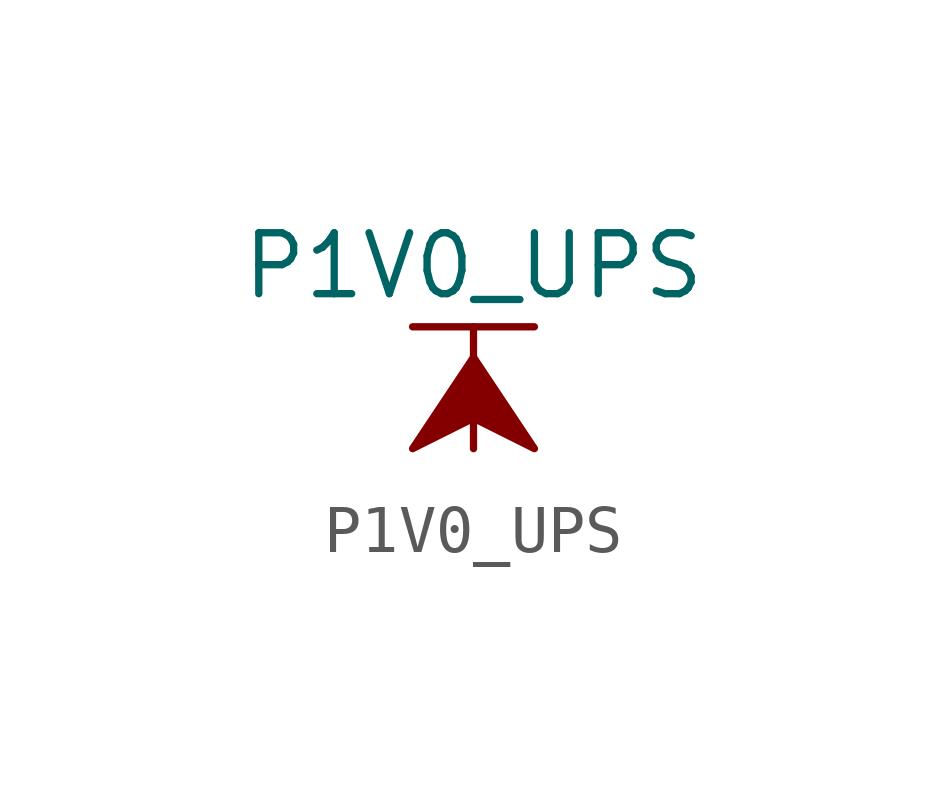
<source format=kicad_sym>
(kicad_symbol_lib
  (version 20211014)
  (generator kicad_symbol_editor)
  (symbol "P1V0_UPS"
    (power)
    (pin_names
      (offset 0))
    (property "Reference" "#PWR"
      (at 0 -3.81 0)
      (effects (font (size 1.27 1.27)) hide))
    (property "Value" "P1V0_UPS"
      (at 0 3.81 0)
      (effects (font (size 1.27 1.27))))
    (symbol "P1V0_UPS_0_1"
      (polyline (pts (xy -1.27 2.54) (xy 1.27 2.54)) (stroke (width 0.152) (type default) (color 0 0 0 0)) (fill (type none)))
      (polyline (pts (xy 0 0) (xy 0 2.54)) (stroke (width 0.152) (type default) (color 0 0 0 0)) (fill (type none)))
      (polyline (pts (xy 0 1.905) (xy -1.27 0) (xy 0 0.635) (xy 1.27 0) (xy 0 1.905)) (stroke (width 0.152) (type default) (color 0 0 0 0)) (fill (type outline))))
    (symbol "P1V0_UPS_1_1"
      (pin power_in line (at 0 0 90) (length 0) hide (name "P1V0_UPS" (effects (font (size 1.27 1.27)))) (number "1" (effects (font (size 1.27 1.27))))))))
</source>
